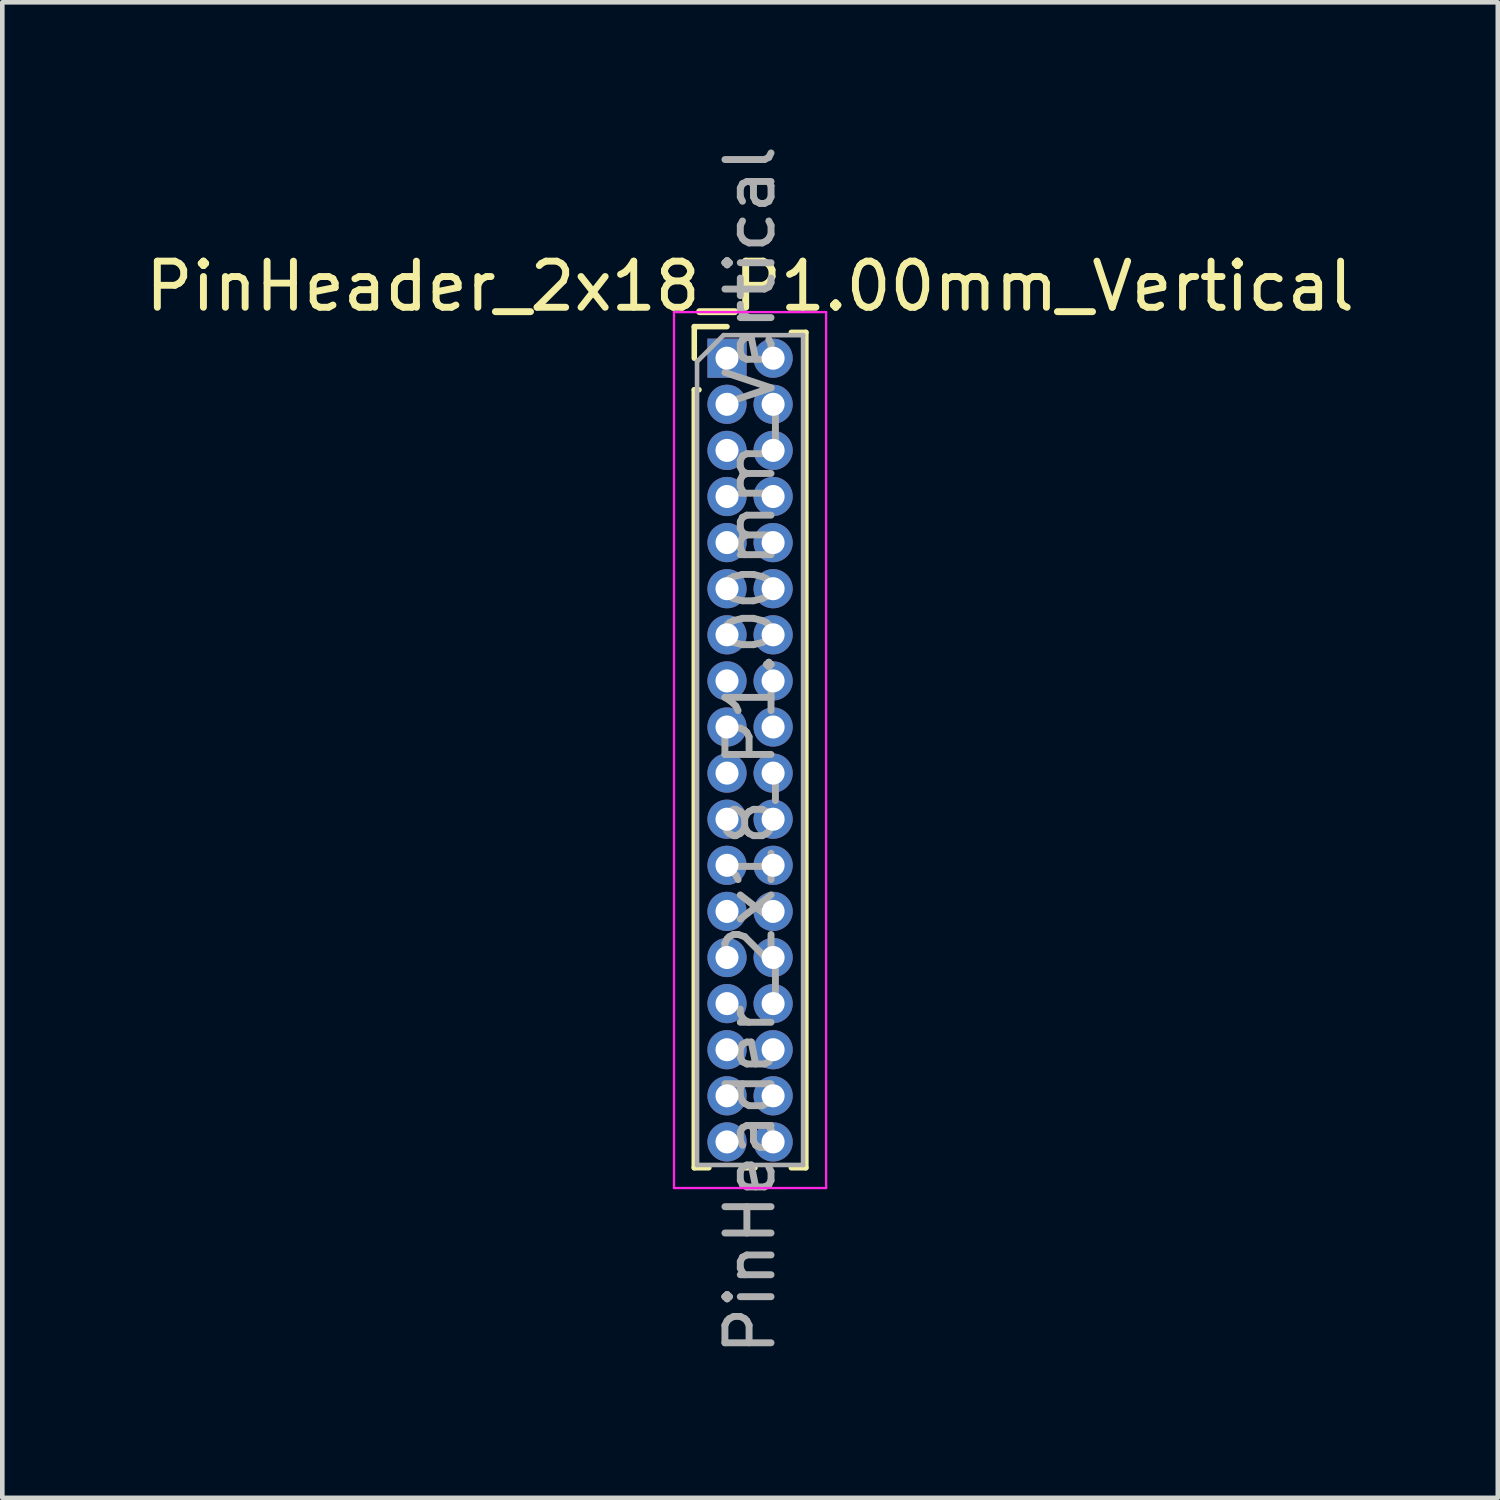
<source format=kicad_pcb>
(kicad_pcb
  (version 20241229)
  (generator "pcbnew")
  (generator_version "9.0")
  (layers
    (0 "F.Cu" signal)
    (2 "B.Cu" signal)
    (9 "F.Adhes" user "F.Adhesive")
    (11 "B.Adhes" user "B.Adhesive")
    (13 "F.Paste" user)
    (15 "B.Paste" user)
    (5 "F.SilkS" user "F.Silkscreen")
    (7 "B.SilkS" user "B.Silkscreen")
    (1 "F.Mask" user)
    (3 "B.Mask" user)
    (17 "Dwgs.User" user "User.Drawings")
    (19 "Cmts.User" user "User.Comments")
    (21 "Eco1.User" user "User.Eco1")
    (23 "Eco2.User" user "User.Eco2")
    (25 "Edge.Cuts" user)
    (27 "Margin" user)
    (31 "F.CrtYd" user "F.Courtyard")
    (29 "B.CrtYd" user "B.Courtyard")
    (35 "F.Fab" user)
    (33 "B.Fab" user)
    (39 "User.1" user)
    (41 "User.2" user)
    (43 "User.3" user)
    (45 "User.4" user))
  (footprint "PinHeader_2x18_P1.00mm_Vertical"
    (layer "F.Cu")
    (at 12.72 4.72)
    (property "Reference" "PinHeader_2x18_P1.00mm_Vertical" (at 0.5 -1.56 0) (layer "F.SilkS") (effects (font (size 1 1) (thickness 0.15))))
    (attr through_hole)
    (fp_line (start -0.71 -0.685) (end 0 -0.685) (stroke (width 0.12) (type solid)) (layer "F.SilkS"))
    (fp_line (start -0.71 0) (end -0.71 -0.685) (stroke (width 0.12) (type solid)) (layer "F.SilkS"))
    (fp_line (start -0.71 0.685) (end -0.71 17.56) (stroke (width 0.12) (type solid)) (layer "F.SilkS"))
    (fp_line (start -0.71 0.685) (end -0.608 0.685) (stroke (width 0.12) (type solid)) (layer "F.SilkS"))
    (fp_line (start -0.71 17.56) (end -0.394 17.56) (stroke (width 0.12) (type solid)) (layer "F.SilkS"))
    (fp_line (start 0.394 17.56) (end 0.606 17.56) (stroke (width 0.12) (type solid)) (layer "F.SilkS"))
    (fp_line (start 1.394 -0.56) (end 1.71 -0.56) (stroke (width 0.12) (type solid)) (layer "F.SilkS"))
    (fp_line (start 1.394 17.56) (end 1.71 17.56) (stroke (width 0.12) (type solid)) (layer "F.SilkS"))
    (fp_line (start 1.71 -0.56) (end 1.71 17.56) (stroke (width 0.12) (type solid)) (layer "F.SilkS"))
    (fp_line (start -1.15 -1) (end -1.15 18) (stroke (width 0.05) (type solid)) (layer "F.CrtYd"))
    (fp_line (start -1.15 18) (end 2.15 18) (stroke (width 0.05) (type solid)) (layer "F.CrtYd"))
    (fp_line (start 2.15 -1) (end -1.15 -1) (stroke (width 0.05) (type solid)) (layer "F.CrtYd"))
    (fp_line (start 2.15 18) (end 2.15 -1) (stroke (width 0.05) (type solid)) (layer "F.CrtYd"))
    (fp_line (start -0.65 0.075) (end -0.075 -0.5) (stroke (width 0.1) (type solid)) (layer "F.Fab"))
    (fp_line (start -0.65 17.5) (end -0.65 0.075) (stroke (width 0.1) (type solid)) (layer "F.Fab"))
    (fp_line (start -0.075 -0.5) (end 1.65 -0.5) (stroke (width 0.1) (type solid)) (layer "F.Fab"))
    (fp_line (start 1.65 -0.5) (end 1.65 17.5) (stroke (width 0.1) (type solid)) (layer "F.Fab"))
    (fp_line (start 1.65 17.5) (end -0.65 17.5) (stroke (width 0.1) (type solid)) (layer "F.Fab"))
    (fp_text user "${REFERENCE}" (at 0.5 8.5 90) (layer "F.Fab") (effects (font (size 1 1) (thickness 0.15))))
    (pad "1" thru_hole rect (at 0 0) (size 0.85 0.85) (drill 0.5) (layers "*.Cu" "*.Mask"))
    (pad "2" thru_hole oval (at 1 0) (size 0.85 0.85) (drill 0.5) (layers "*.Cu" "*.Mask"))
    (pad "3" thru_hole oval (at 0 1) (size 0.85 0.85) (drill 0.5) (layers "*.Cu" "*.Mask"))
    (pad "4" thru_hole oval (at 1 1) (size 0.85 0.85) (drill 0.5) (layers "*.Cu" "*.Mask"))
    (pad "5" thru_hole oval (at 0 2) (size 0.85 0.85) (drill 0.5) (layers "*.Cu" "*.Mask"))
    (pad "6" thru_hole oval (at 1 2) (size 0.85 0.85) (drill 0.5) (layers "*.Cu" "*.Mask"))
    (pad "7" thru_hole oval (at 0 3) (size 0.85 0.85) (drill 0.5) (layers "*.Cu" "*.Mask"))
    (pad "8" thru_hole oval (at 1 3) (size 0.85 0.85) (drill 0.5) (layers "*.Cu" "*.Mask"))
    (pad "9" thru_hole oval (at 0 4) (size 0.85 0.85) (drill 0.5) (layers "*.Cu" "*.Mask"))
    (pad "10" thru_hole oval (at 1 4) (size 0.85 0.85) (drill 0.5) (layers "*.Cu" "*.Mask"))
    (pad "11" thru_hole oval (at 0 5) (size 0.85 0.85) (drill 0.5) (layers "*.Cu" "*.Mask"))
    (pad "12" thru_hole oval (at 1 5) (size 0.85 0.85) (drill 0.5) (layers "*.Cu" "*.Mask"))
    (pad "13" thru_hole oval (at 0 6) (size 0.85 0.85) (drill 0.5) (layers "*.Cu" "*.Mask"))
    (pad "14" thru_hole oval (at 1 6) (size 0.85 0.85) (drill 0.5) (layers "*.Cu" "*.Mask"))
    (pad "15" thru_hole oval (at 0 7) (size 0.85 0.85) (drill 0.5) (layers "*.Cu" "*.Mask"))
    (pad "16" thru_hole oval (at 1 7) (size 0.85 0.85) (drill 0.5) (layers "*.Cu" "*.Mask"))
    (pad "17" thru_hole oval (at 0 8) (size 0.85 0.85) (drill 0.5) (layers "*.Cu" "*.Mask"))
    (pad "18" thru_hole oval (at 1 8) (size 0.85 0.85) (drill 0.5) (layers "*.Cu" "*.Mask"))
    (pad "19" thru_hole oval (at 0 9) (size 0.85 0.85) (drill 0.5) (layers "*.Cu" "*.Mask"))
    (pad "20" thru_hole oval (at 1 9) (size 0.85 0.85) (drill 0.5) (layers "*.Cu" "*.Mask"))
    (pad "21" thru_hole oval (at 0 10) (size 0.85 0.85) (drill 0.5) (layers "*.Cu" "*.Mask"))
    (pad "22" thru_hole oval (at 1 10) (size 0.85 0.85) (drill 0.5) (layers "*.Cu" "*.Mask"))
    (pad "23" thru_hole oval (at 0 11) (size 0.85 0.85) (drill 0.5) (layers "*.Cu" "*.Mask"))
    (pad "24" thru_hole oval (at 1 11) (size 0.85 0.85) (drill 0.5) (layers "*.Cu" "*.Mask"))
    (pad "25" thru_hole oval (at 0 12) (size 0.85 0.85) (drill 0.5) (layers "*.Cu" "*.Mask"))
    (pad "26" thru_hole oval (at 1 12) (size 0.85 0.85) (drill 0.5) (layers "*.Cu" "*.Mask"))
    (pad "27" thru_hole oval (at 0 13) (size 0.85 0.85) (drill 0.5) (layers "*.Cu" "*.Mask"))
    (pad "28" thru_hole oval (at 1 13) (size 0.85 0.85) (drill 0.5) (layers "*.Cu" "*.Mask"))
    (pad "29" thru_hole oval (at 0 14) (size 0.85 0.85) (drill 0.5) (layers "*.Cu" "*.Mask"))
    (pad "30" thru_hole oval (at 1 14) (size 0.85 0.85) (drill 0.5) (layers "*.Cu" "*.Mask"))
    (pad "31" thru_hole oval (at 0 15) (size 0.85 0.85) (drill 0.5) (layers "*.Cu" "*.Mask"))
    (pad "32" thru_hole oval (at 1 15) (size 0.85 0.85) (drill 0.5) (layers "*.Cu" "*.Mask"))
    (pad "33" thru_hole oval (at 0 16) (size 0.85 0.85) (drill 0.5) (layers "*.Cu" "*.Mask"))
    (pad "34" thru_hole oval (at 1 16) (size 0.85 0.85) (drill 0.5) (layers "*.Cu" "*.Mask"))
    (pad "35" thru_hole oval (at 0 17) (size 0.85 0.85) (drill 0.5) (layers "*.Cu" "*.Mask"))
    (pad "36" thru_hole oval (at 1 17) (size 0.85 0.85) (drill 0.5) (layers "*.Cu" "*.Mask")))
  (gr_rect
    (start -3 -3)
    (end 29.44 29.44)
    (stroke (width 0.1) (type default))
    (fill no)
    (layer "Edge.Cuts")))
</source>
